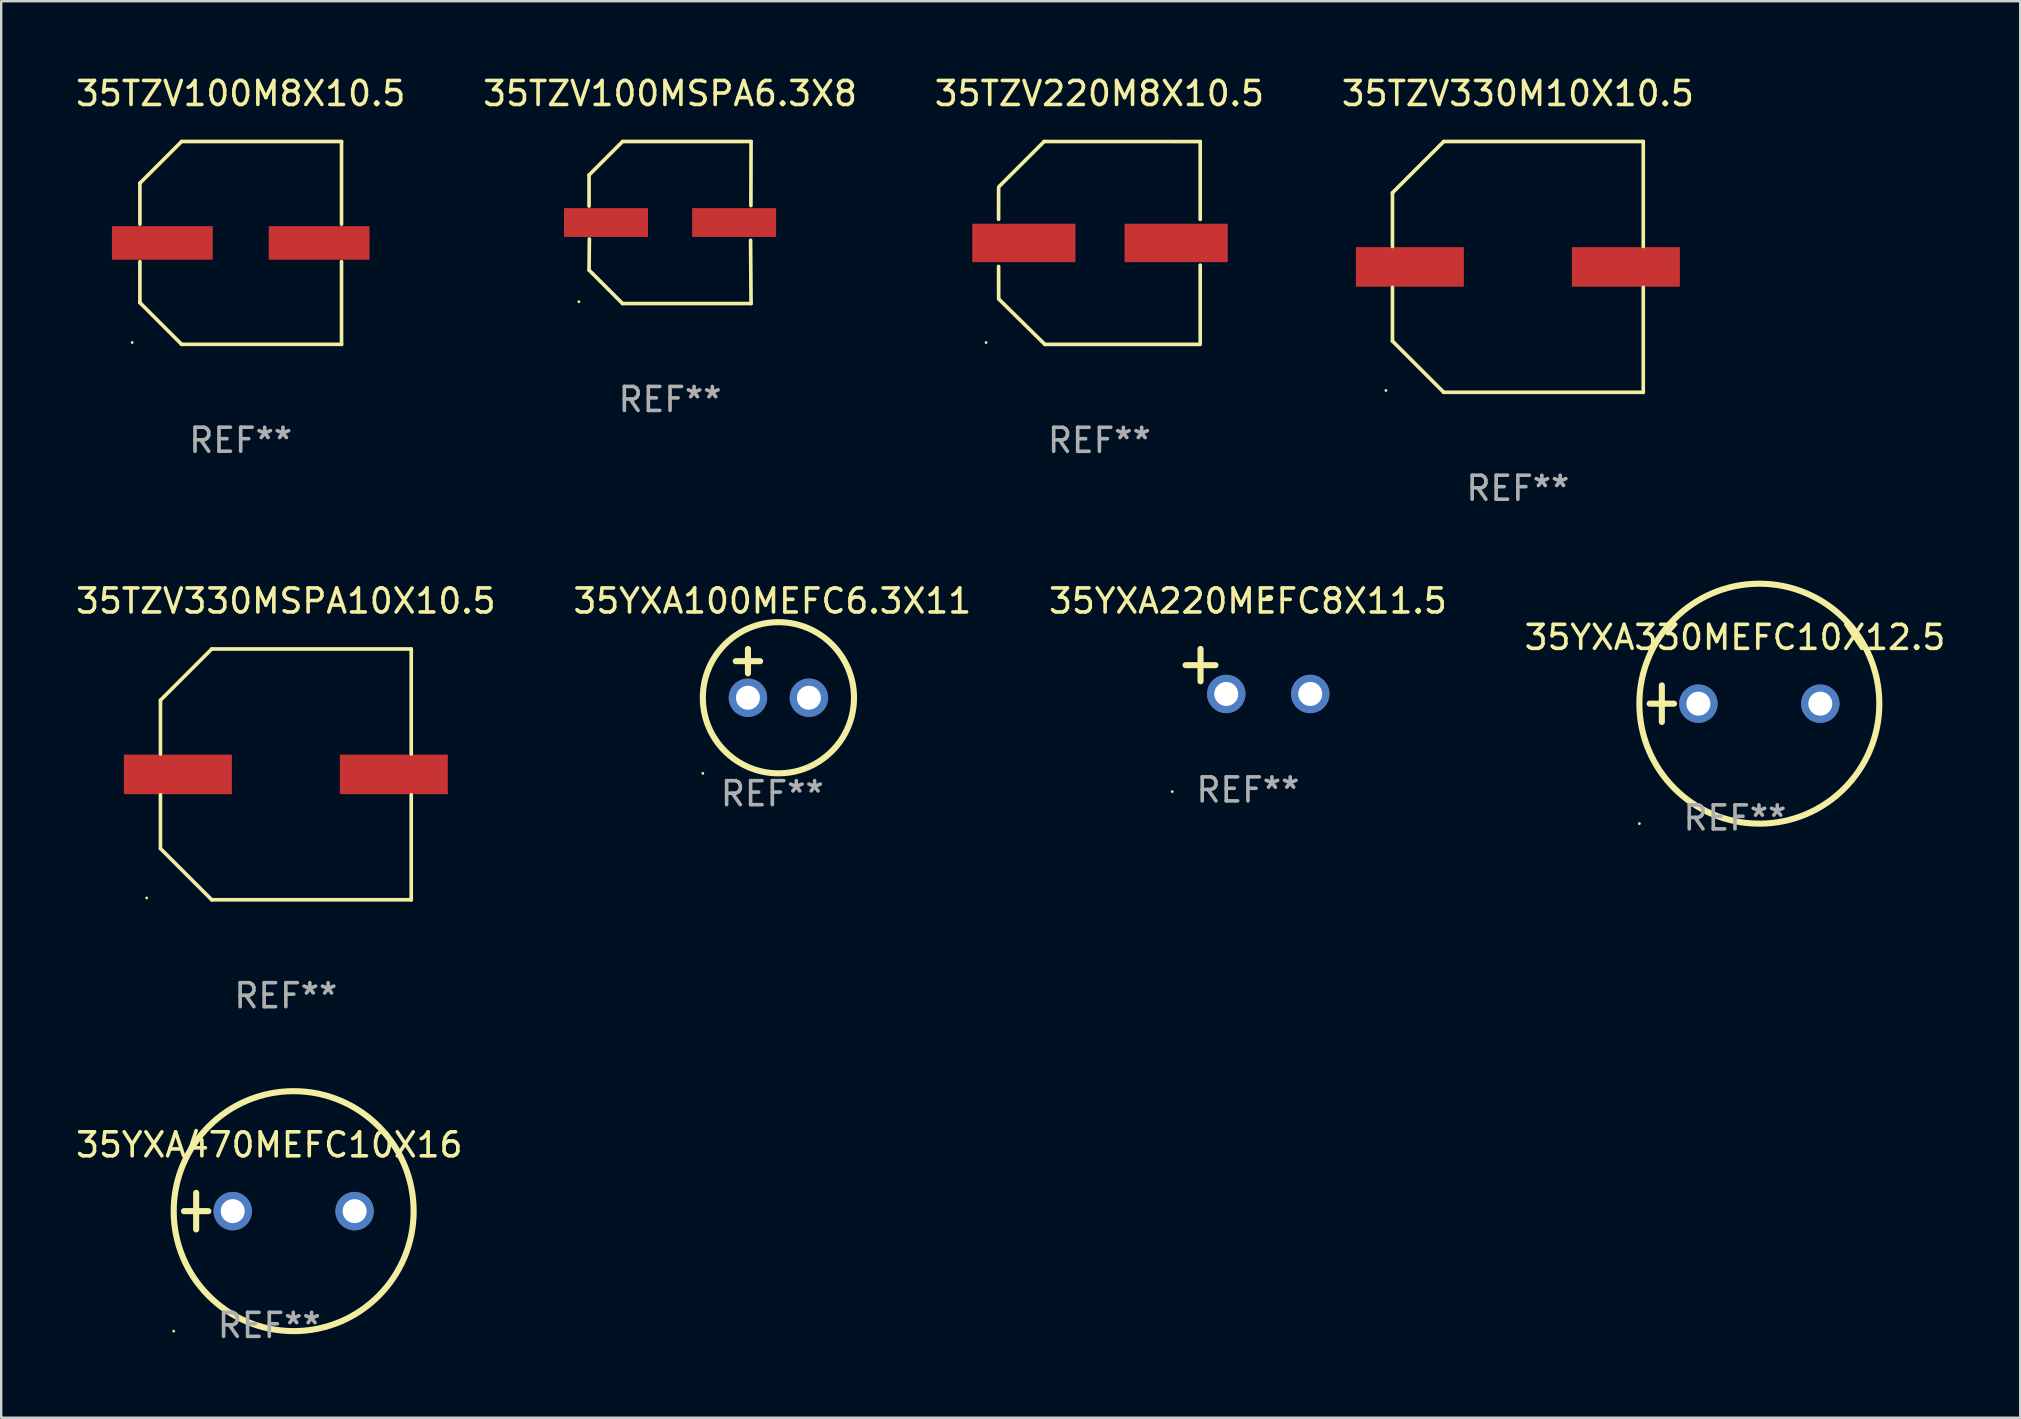
<source format=kicad_pcb>
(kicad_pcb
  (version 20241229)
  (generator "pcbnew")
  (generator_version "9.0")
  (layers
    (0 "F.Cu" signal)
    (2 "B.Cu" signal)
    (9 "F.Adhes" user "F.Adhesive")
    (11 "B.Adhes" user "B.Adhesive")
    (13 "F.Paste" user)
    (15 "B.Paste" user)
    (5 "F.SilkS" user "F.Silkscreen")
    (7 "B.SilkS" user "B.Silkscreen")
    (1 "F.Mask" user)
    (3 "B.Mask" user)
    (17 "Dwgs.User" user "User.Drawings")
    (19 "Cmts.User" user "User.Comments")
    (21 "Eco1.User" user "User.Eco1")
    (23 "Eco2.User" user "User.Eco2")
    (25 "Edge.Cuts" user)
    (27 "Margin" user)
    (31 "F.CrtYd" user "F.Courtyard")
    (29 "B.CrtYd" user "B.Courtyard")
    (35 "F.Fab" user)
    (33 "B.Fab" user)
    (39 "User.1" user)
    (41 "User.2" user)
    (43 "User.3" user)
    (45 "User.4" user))
  (footprint "35YXA100MEFC6.3X11"
    (layer "F.Cu")
    (at 29.137 25.013)
    (property "Reference" "35YXA100MEFC6.3X11" (at 0 -3.016 0) (layer "F.SilkS") (effects (font (size 1 1) (thickness 0.15))))
    (attr through_hole)
    (fp_line (start -1.524 -0.508) (end -0.508 -0.508) (stroke (width 0.254) (type solid)) (layer "F.SilkS"))
    (fp_line (start -1.016 -1.016) (end -1.016 0) (stroke (width 0.254) (type solid)) (layer "F.SilkS"))
    (fp_circle (center -2.896 4.166) (end -2.866 4.166) (stroke (width 0.06) (type solid)) (fill no) (layer "F.SilkS"))
    (fp_circle (center 0.254 1.016) (end 3.404 1.016) (stroke (width 0.254) (type solid)) (fill no) (layer "F.SilkS"))
    (fp_text user "REF**" (at 0 5.016 0) (layer "F.Fab") (effects (font (size 1 1) (thickness 0.15))))
    (pad "1" thru_hole circle (at -1.016 1.016) (size 1.6 1.6) (drill 1) (layers "*.Cu" "*.Mask"))
    (pad "2" thru_hole circle (at 1.524 1.016) (size 1.6 1.6) (drill 1) (layers "*.Cu" "*.Mask")))
  (footprint "35TZV330M10X10.5"
    (layer "F.Cu")
    (at 60.208 8.074)
    (property "Reference" "35TZV330M10X10.5" (at 0 -7.226 0) (layer "F.SilkS") (effects (font (size 1 1) (thickness 0.15))))
    (attr through_hole)
    (fp_line (start -5.226 -3.09) (end -5.226 -0.852) (stroke (width 0.152) (type solid)) (layer "F.SilkS"))
    (fp_line (start -5.226 3.09) (end -5.226 0.852) (stroke (width 0.152) (type solid)) (layer "F.SilkS"))
    (fp_line (start -3.09 -5.226) (end -5.226 -3.09) (stroke (width 0.152) (type solid)) (layer "F.SilkS"))
    (fp_line (start -3.09 5.226) (end -5.226 3.09) (stroke (width 0.152) (type solid)) (layer "F.SilkS"))
    (fp_line (start 5.226 -5.226) (end -3.09 -5.226) (stroke (width 0.152) (type solid)) (layer "F.SilkS"))
    (fp_line (start 5.226 -0.852) (end 5.226 -5.226) (stroke (width 0.152) (type solid)) (layer "F.SilkS"))
    (fp_line (start 5.226 0.852) (end 5.226 5.226) (stroke (width 0.152) (type solid)) (layer "F.SilkS"))
    (fp_line (start 5.226 5.226) (end -3.09 5.226) (stroke (width 0.152) (type solid)) (layer "F.SilkS"))
    (fp_circle (center -5.5 5.15) (end -5.47 5.15) (stroke (width 0.06) (type solid)) (fill no) (layer "F.SilkS"))
    (fp_text user "REF**" (at 0 9.226 0) (layer "F.Fab") (effects (font (size 1 1) (thickness 0.15))))
    (pad "1" smd rect (at -4.5 -0.000025) (size 4.5 1.65) (layers "F.Cu" "F.Mask" "F.Paste"))
    (pad "2" smd rect (at 4.5 -0.000025) (size 4.5 1.65) (layers "F.Cu" "F.Mask" "F.Paste")))
  (footprint "35YXA470MEFC10X16"
    (layer "F.Cu")
    (at 8.173 47.425)
    (property "Reference" "35YXA470MEFC10X16" (at 0 -2.762 0) (layer "F.SilkS") (effects (font (size 1 1) (thickness 0.15))))
    (attr through_hole)
    (fp_line (start -3.556 0) (end -2.54 0) (stroke (width 0.254) (type solid)) (layer "F.SilkS"))
    (fp_line (start -3.048 -0.762) (end -3.048 0.762) (stroke (width 0.254) (type solid)) (layer "F.SilkS"))
    (fp_circle (center -3.984 5) (end -3.954 5) (stroke (width 0.06) (type solid)) (fill no) (layer "F.SilkS"))
    (fp_circle (center 1.016 0) (end 6.016 0) (stroke (width 0.254) (type solid)) (fill no) (layer "F.SilkS"))
    (fp_text user "REF**" (at 0 4.762 0) (layer "F.Fab") (effects (font (size 1 1) (thickness 0.15))))
    (pad "1" thru_hole circle (at -1.524 0) (size 1.6 1.6) (drill 1) (layers "*.Cu" "*.Mask"))
    (pad "2" thru_hole circle (at 3.556 0) (size 1.6 1.6) (drill 1) (layers "*.Cu" "*.Mask")))
  (footprint "35YXA220MEFC8X11.5"
    (layer "F.Cu")
    (at 48.958 24.934)
    (property "Reference" "35YXA220MEFC8X11.5" (at 0 -2.937 0) (layer "F.SilkS") (effects (font (size 1 1) (thickness 0.15))))
    (attr through_hole)
    (fp_line (start -1.975 0.41) (end -1.975 -0.937) (stroke (width 0.254) (type solid)) (layer "F.SilkS"))
    (fp_line (start -1.353 -0.263) (end -2.597 -0.263) (stroke (width 0.254) (type solid)) (layer "F.SilkS"))
    (fp_arc (start 0.849809 -3.063957) (mid 0.885369 -3.064114) (end 0.920929 -3.063957) (stroke (width 0.254001) (type solid)) (layer "F.SilkS"))
    (fp_circle (center -3.154 5.008) (end -3.124 5.008) (stroke (width 0.06) (type solid)) (fill no) (layer "F.SilkS"))
    (fp_text user "REF**" (at 0 4.937 0) (layer "F.Fab") (effects (font (size 1 1) (thickness 0.15))))
    (pad "1" thru_hole circle (at -0.903 0.937) (size 1.6 1.6) (drill 1) (layers "*.Cu" "*.Mask"))
    (pad "2" thru_hole circle (at 2.597 0.937) (size 1.6 1.6) (drill 1) (layers "*.Cu" "*.Mask")))
  (footprint "35TZV220M8X10.5"
    (layer "F.Cu")
    (at 42.768 7.075)
    (property "Reference" "35TZV220M8X10.5" (at 0 -6.227 0) (layer "F.SilkS") (effects (font (size 1 1) (thickness 0.15))))
    (attr through_hole)
    (fp_line (start -4.202 -0.985) (end -4.2 -2.313) (stroke (width 0.152) (type solid)) (layer "F.SilkS"))
    (fp_line (start -4.198 2.327) (end -4.201 0.98) (stroke (width 0.152) (type solid)) (layer "F.SilkS"))
    (fp_line (start -2.304 -4.227) (end -4.174 -2.358) (stroke (width 0.152) (type solid)) (layer "F.SilkS"))
    (fp_line (start -2.274 4.227) (end -4.174 2.357) (stroke (width 0.152) (type solid)) (layer "F.SilkS"))
    (fp_line (start 4.202 -4.226) (end -2.304 -4.227) (stroke (width 0.152) (type solid)) (layer "F.SilkS"))
    (fp_line (start 4.202 -4.226) (end 4.202 -0.98) (stroke (width 0.152) (type solid)) (layer "F.SilkS"))
    (fp_line (start 4.202 0.926) (end 4.202 4.172) (stroke (width 0.152) (type solid)) (layer "F.SilkS"))
    (fp_line (start 4.202 4.227) (end -2.274 4.227) (stroke (width 0.152) (type solid)) (layer "F.SilkS"))
    (fp_circle (center -4.724 4.15) (end -4.694 4.15) (stroke (width 0.06) (type solid)) (fill no) (layer "F.SilkS"))
    (fp_text user "REF**" (at 0 8.227 0) (layer "F.Fab") (effects (font (size 1 1) (thickness 0.15))))
    (pad "1" smd rect (at -3.147 0.000292) (size 4.3 1.6) (layers "F.Cu" "F.Mask" "F.Paste"))
    (pad "2" smd rect (at 3.199 0.000292) (size 4.3 1.6) (layers "F.Cu" "F.Mask" "F.Paste")))
  (footprint "35TZV100M8X10.5"
    (layer "F.Cu")
    (at 6.982 7.074)
    (property "Reference" "35TZV100M8X10.5" (at 0 -6.226 0) (layer "F.SilkS") (effects (font (size 1 1) (thickness 0.15))))
    (attr through_hole)
    (fp_line (start -4.201 -2.49) (end -4.201 -0.782) (stroke (width 0.152) (type solid)) (layer "F.SilkS"))
    (fp_line (start -4.201 2.49) (end -4.201 0.782) (stroke (width 0.152) (type solid)) (layer "F.SilkS"))
    (fp_line (start -2.465 -4.226) (end -4.201 -2.49) (stroke (width 0.152) (type solid)) (layer "F.SilkS"))
    (fp_line (start -2.465 4.226) (end -4.201 2.49) (stroke (width 0.152) (type solid)) (layer "F.SilkS"))
    (fp_line (start 4.201 -4.226) (end -2.465 -4.226) (stroke (width 0.152) (type solid)) (layer "F.SilkS"))
    (fp_line (start 4.201 -0.782) (end 4.201 -4.226) (stroke (width 0.152) (type solid)) (layer "F.SilkS"))
    (fp_line (start 4.201 0.782) (end 4.201 4.226) (stroke (width 0.152) (type solid)) (layer "F.SilkS"))
    (fp_line (start 4.201 4.226) (end -2.465 4.226) (stroke (width 0.152) (type solid)) (layer "F.SilkS"))
    (fp_circle (center -4.524 4.15) (end -4.494 4.15) (stroke (width 0.06) (type solid)) (fill no) (layer "F.SilkS"))
    (fp_text user "REF**" (at 0 8.226 0) (layer "F.Fab") (effects (font (size 1 1) (thickness 0.15))))
    (pad "1" smd rect (at -3.267 0) (size 4.2 1.4) (layers "F.Cu" "F.Mask" "F.Paste"))
    (pad "2" smd rect (at 3.267 0) (size 4.2 1.4) (layers "F.Cu" "F.Mask" "F.Paste")))
  (footprint "35TZV100MSPA6.3X8"
    (layer "F.Cu")
    (at 24.875 6.224)
    (property "Reference" "35TZV100MSPA6.3X8" (at 0 -5.376 0) (layer "F.SilkS") (effects (font (size 1 1) (thickness 0.15))))
    (attr through_hole)
    (fp_line (start -3.376 -1.98) (end -3.376 -0.686) (stroke (width 0.152) (type solid)) (layer "F.SilkS"))
    (fp_line (start -3.376 1.981) (end -3.362 0.686) (stroke (width 0.152) (type solid)) (layer "F.SilkS"))
    (fp_line (start -1.981 3.376) (end -3.376 1.981) (stroke (width 0.152) (type solid)) (layer "F.SilkS"))
    (fp_line (start -1.98 -3.376) (end -3.376 -1.98) (stroke (width 0.152) (type solid)) (layer "F.SilkS"))
    (fp_line (start 3.356 0.74) (end 3.376 3.376) (stroke (width 0.152) (type solid)) (layer "F.SilkS"))
    (fp_line (start 3.369 -0.707) (end 3.376 -3.376) (stroke (width 0.152) (type solid)) (layer "F.SilkS"))
    (fp_line (start 3.376 3.376) (end -1.981 3.376) (stroke (width 0.152) (type solid)) (layer "F.SilkS"))
    (fp_line (start 3.376 -3.376) (end -1.98 -3.376) (stroke (width 0.152) (type solid)) (layer "F.SilkS"))
    (fp_circle (center -3.8 3.3) (end -3.77 3.3) (stroke (width 0.06) (type solid)) (fill no) (layer "F.SilkS"))
    (fp_text user "REF**" (at 0 7.376 0) (layer "F.Fab") (effects (font (size 1 1) (thickness 0.15))))
    (pad "1" smd rect (at -2.67 0.000203) (size 3.5 1.2) (layers "F.Cu" "F.Mask" "F.Paste"))
    (pad "2" smd rect (at 2.67 0.000203) (size 3.5 1.2) (layers "F.Cu" "F.Mask" "F.Paste")))
  (footprint "35YXA330MEFC10X12.5"
    (layer "F.Cu")
    (at 69.256 26.276)
    (property "Reference" "35YXA330MEFC10X12.5" (at 0 -2.762 0) (layer "F.SilkS") (effects (font (size 1 1) (thickness 0.15))))
    (attr through_hole)
    (fp_line (start -3.556 0) (end -2.54 0) (stroke (width 0.254) (type solid)) (layer "F.SilkS"))
    (fp_line (start -3.048 -0.762) (end -3.048 0.762) (stroke (width 0.254) (type solid)) (layer "F.SilkS"))
    (fp_circle (center -3.984 5) (end -3.954 5) (stroke (width 0.06) (type solid)) (fill no) (layer "F.SilkS"))
    (fp_circle (center 1.016 0) (end 6.016 0) (stroke (width 0.254) (type solid)) (fill no) (layer "F.SilkS"))
    (fp_text user "REF**" (at 0 4.762 0) (layer "F.Fab") (effects (font (size 1 1) (thickness 0.15))))
    (pad "1" thru_hole circle (at -1.524 0) (size 1.6 1.6) (drill 1) (layers "*.Cu" "*.Mask"))
    (pad "2" thru_hole circle (at 3.556 0) (size 1.6 1.6) (drill 1) (layers "*.Cu" "*.Mask")))
  (footprint "35TZV330MSPA10X10.5"
    (layer "F.Cu")
    (at 8.863 29.223)
    (property "Reference" "35TZV330MSPA10X10.5" (at 0 -7.226 0) (layer "F.SilkS") (effects (font (size 1 1) (thickness 0.15))))
    (attr through_hole)
    (fp_line (start -5.226 -3.09) (end -5.226 -0.852) (stroke (width 0.152) (type solid)) (layer "F.SilkS"))
    (fp_line (start -5.226 3.09) (end -5.226 0.852) (stroke (width 0.152) (type solid)) (layer "F.SilkS"))
    (fp_line (start -3.09 -5.226) (end -5.226 -3.09) (stroke (width 0.152) (type solid)) (layer "F.SilkS"))
    (fp_line (start -3.09 5.226) (end -5.226 3.09) (stroke (width 0.152) (type solid)) (layer "F.SilkS"))
    (fp_line (start 5.226 -5.226) (end -3.09 -5.226) (stroke (width 0.152) (type solid)) (layer "F.SilkS"))
    (fp_line (start 5.226 -0.852) (end 5.226 -5.226) (stroke (width 0.152) (type solid)) (layer "F.SilkS"))
    (fp_line (start 5.226 0.852) (end 5.226 5.226) (stroke (width 0.152) (type solid)) (layer "F.SilkS"))
    (fp_line (start 5.226 5.226) (end -3.09 5.226) (stroke (width 0.152) (type solid)) (layer "F.SilkS"))
    (fp_circle (center -5.8 5.15) (end -5.77 5.15) (stroke (width 0.06) (type solid)) (fill no) (layer "F.SilkS"))
    (fp_text user "REF**" (at 0 9.226 0) (layer "F.Fab") (effects (font (size 1 1) (thickness 0.15))))
    (pad "1" smd rect (at -4.5 0) (size 4.5 1.65) (layers "F.Cu" "F.Mask" "F.Paste"))
    (pad "2" smd rect (at 4.5 0) (size 4.5 1.65) (layers "F.Cu" "F.Mask" "F.Paste")))
  (gr_rect
    (start -3 -3)
    (end 81.143 56.035)
    (stroke (width 0.1) (type default))
    (fill no)
    (layer "Edge.Cuts")))
</source>
